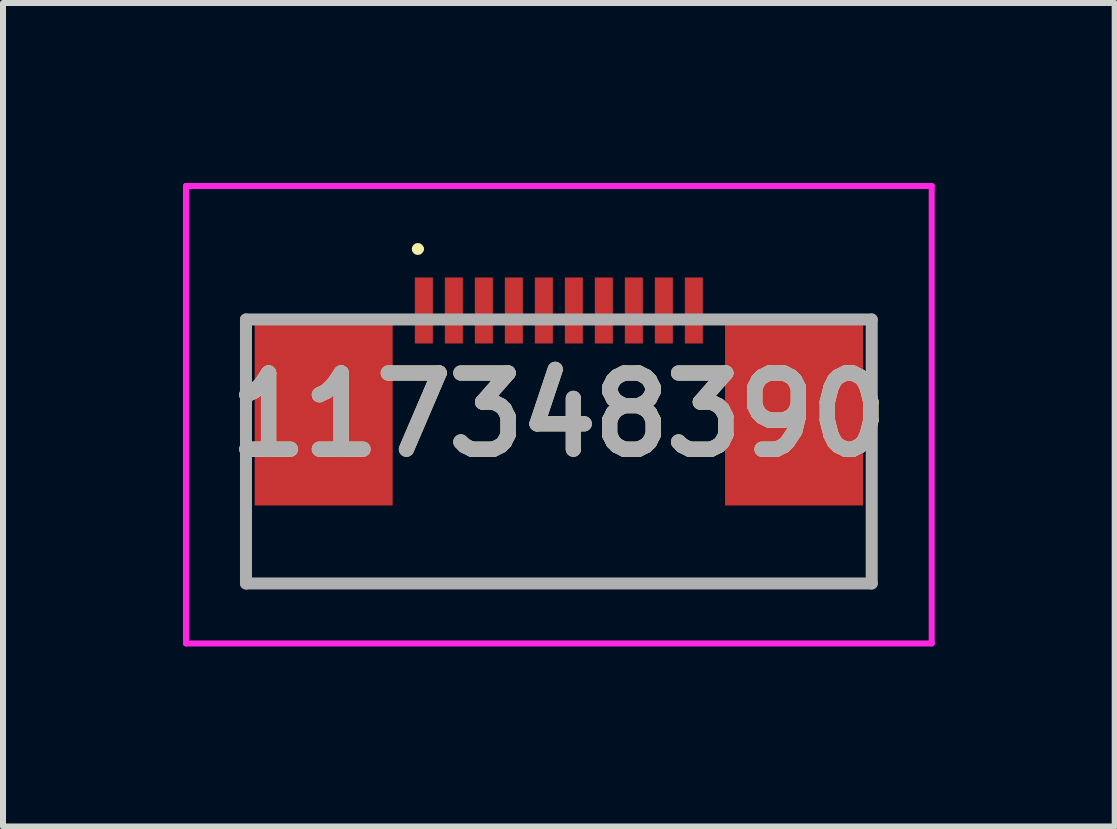
<source format=kicad_pcb>
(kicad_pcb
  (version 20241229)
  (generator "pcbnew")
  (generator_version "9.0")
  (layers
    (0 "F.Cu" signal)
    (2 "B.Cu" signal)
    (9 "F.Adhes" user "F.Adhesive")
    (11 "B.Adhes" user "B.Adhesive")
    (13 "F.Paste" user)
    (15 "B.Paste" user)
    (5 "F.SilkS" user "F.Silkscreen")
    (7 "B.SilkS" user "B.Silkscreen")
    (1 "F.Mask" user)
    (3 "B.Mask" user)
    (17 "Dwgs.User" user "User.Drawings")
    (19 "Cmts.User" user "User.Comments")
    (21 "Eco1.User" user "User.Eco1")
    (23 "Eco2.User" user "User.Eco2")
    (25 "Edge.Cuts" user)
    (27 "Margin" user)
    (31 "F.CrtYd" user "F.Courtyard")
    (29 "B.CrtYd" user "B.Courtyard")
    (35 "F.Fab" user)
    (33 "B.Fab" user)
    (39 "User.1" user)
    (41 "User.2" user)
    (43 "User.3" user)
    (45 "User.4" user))
  (footprint "117348390"
    (layer "F.Cu")
    (at 6.265 4.4)
    (property "Reference" "117348390" (at 0 -0.537 0) (layer "F.SilkS") (effects (font (size 1.27 1.27) (thickness 0.254))))
    (attr smd)
    (fp_line (start -5.215 1.2) (end -5.215 2.275) (stroke (width 0.1) (type solid)) (layer "F.SilkS"))
    (fp_line (start -5.215 2.275) (end 5.215 2.275) (stroke (width 0.1) (type solid)) (layer "F.SilkS"))
    (fp_line (start -2.4 -3.3) (end -2.4 -3.3) (stroke (width 0.1) (type solid)) (layer "F.SilkS"))
    (fp_line (start -2.3 -3.3) (end -2.3 -3.3) (stroke (width 0.1) (type solid)) (layer "F.SilkS"))
    (fp_line (start 5.215 2.275) (end 5.215 1.2) (stroke (width 0.1) (type solid)) (layer "F.SilkS"))
    (fp_arc (start -2.4 -3.3) (mid -2.35 -3.35) (end -2.3 -3.3) (stroke (width 0.1) (type solid)) (layer "F.SilkS"))
    (fp_arc (start -2.3 -3.3) (mid -2.35 -3.25) (end -2.4 -3.3) (stroke (width 0.1) (type solid)) (layer "F.SilkS"))
    (fp_line (start -6.215 -4.35) (end 6.215 -4.35) (stroke (width 0.1) (type solid)) (layer "F.CrtYd"))
    (fp_line (start -6.215 3.275) (end -6.215 -4.35) (stroke (width 0.1) (type solid)) (layer "F.CrtYd"))
    (fp_line (start 6.215 -4.35) (end 6.215 3.275) (stroke (width 0.1) (type solid)) (layer "F.CrtYd"))
    (fp_line (start 6.215 3.275) (end -6.215 3.275) (stroke (width 0.1) (type solid)) (layer "F.CrtYd"))
    (fp_line (start -5.215 -2.125) (end 5.215 -2.125) (stroke (width 0.2) (type solid)) (layer "F.Fab"))
    (fp_line (start -5.215 2.275) (end -5.215 -2.125) (stroke (width 0.2) (type solid)) (layer "F.Fab"))
    (fp_line (start 5.215 -2.125) (end 5.215 2.275) (stroke (width 0.2) (type solid)) (layer "F.Fab"))
    (fp_line (start 5.215 2.275) (end -5.215 2.275) (stroke (width 0.2) (type solid)) (layer "F.Fab"))
    (fp_text user "${REFERENCE}" (at 0 -0.537 0) (layer "F.Fab") (effects (font (size 1.27 1.27) (thickness 0.254))))
    (pad "1" smd rect (at -2.25 -2.275) (size 0.3 1.1) (layers "F.Cu" "F.Mask" "F.Paste"))
    (pad "2" smd rect (at -1.75 -2.275) (size 0.3 1.1) (layers "F.Cu" "F.Mask" "F.Paste"))
    (pad "3" smd rect (at -1.25 -2.275) (size 0.3 1.1) (layers "F.Cu" "F.Mask" "F.Paste"))
    (pad "4" smd rect (at -0.75 -2.275) (size 0.3 1.1) (layers "F.Cu" "F.Mask" "F.Paste"))
    (pad "5" smd rect (at -0.25 -2.275) (size 0.3 1.1) (layers "F.Cu" "F.Mask" "F.Paste"))
    (pad "6" smd rect (at 0.25 -2.275) (size 0.3 1.1) (layers "F.Cu" "F.Mask" "F.Paste"))
    (pad "7" smd rect (at 0.75 -2.275) (size 0.3 1.1) (layers "F.Cu" "F.Mask" "F.Paste"))
    (pad "8" smd rect (at 1.25 -2.275) (size 0.3 1.1) (layers "F.Cu" "F.Mask" "F.Paste"))
    (pad "9" smd rect (at 1.75 -2.275) (size 0.3 1.1) (layers "F.Cu" "F.Mask" "F.Paste"))
    (pad "10" smd rect (at 2.25 -2.275) (size 0.3 1.1) (layers "F.Cu" "F.Mask" "F.Paste"))
    (pad "MP1" smd rect (at -3.92 -0.575) (size 2.3 3.1) (layers "F.Cu" "F.Mask" "F.Paste"))
    (pad "MP2" smd rect (at 3.92 -0.575) (size 2.3 3.1) (layers "F.Cu" "F.Mask" "F.Paste")))
  (gr_rect
    (start -3 -3)
    (end 15.53 10.725)
    (stroke (width 0.1) (type default))
    (fill no)
    (layer "Edge.Cuts")))
</source>
